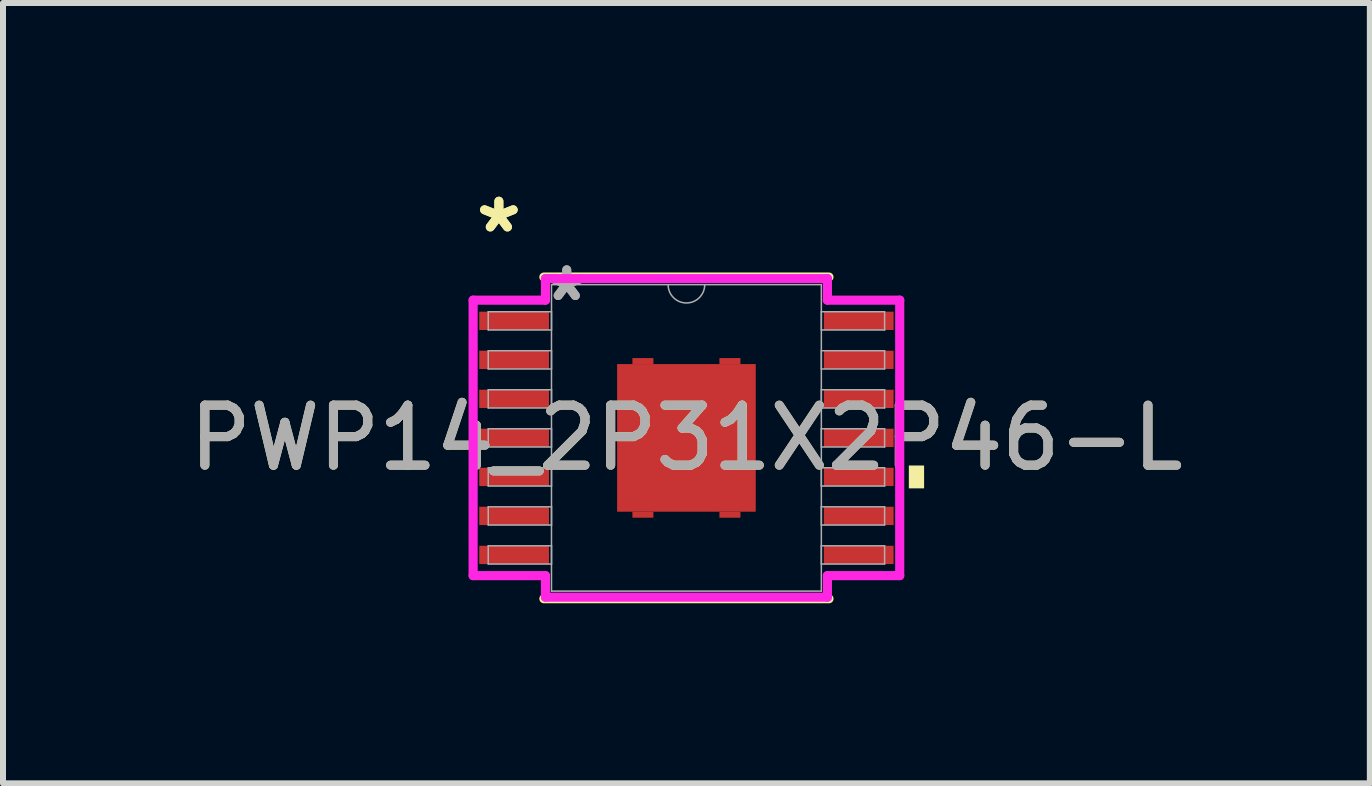
<source format=kicad_pcb>
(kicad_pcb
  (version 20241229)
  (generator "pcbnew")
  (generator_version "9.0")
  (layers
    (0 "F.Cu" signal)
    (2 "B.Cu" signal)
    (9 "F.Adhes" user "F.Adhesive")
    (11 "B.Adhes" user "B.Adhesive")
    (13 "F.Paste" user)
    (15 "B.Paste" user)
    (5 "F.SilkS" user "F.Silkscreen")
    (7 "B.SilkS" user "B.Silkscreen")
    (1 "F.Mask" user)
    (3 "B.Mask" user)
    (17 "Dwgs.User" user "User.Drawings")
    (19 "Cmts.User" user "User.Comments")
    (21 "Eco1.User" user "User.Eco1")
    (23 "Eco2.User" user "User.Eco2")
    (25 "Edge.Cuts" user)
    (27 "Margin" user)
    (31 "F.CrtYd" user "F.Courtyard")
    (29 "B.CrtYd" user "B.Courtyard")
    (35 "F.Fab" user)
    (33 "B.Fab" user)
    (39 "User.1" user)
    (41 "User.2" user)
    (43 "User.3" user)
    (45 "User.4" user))
  (footprint "PWP14_2P31X2P46-L"
    (layer "F.Cu")
    (at 8.387 4.246)
    (property "Reference" "PWP14_2P31X2P46-L" (at 0 0 0) (unlocked yes) (layer "F.SilkS") (effects (font (size 1 1) (thickness 0.15))))
    (attr smd)
    (fp_poly (pts (xy -0.55 -1.23) (xy -0.55 -1.33) (xy -0.9 -1.33) (xy -0.9 -1.23)) (stroke (width 0) (type solid)) (fill yes) (layer "F.Cu"))
    (fp_poly (pts (xy -0.55 1.23) (xy -0.55 1.33) (xy -0.9 1.33) (xy -0.9 1.23)) (stroke (width 0) (type solid)) (fill yes) (layer "F.Cu"))
    (fp_poly (pts (xy 0.55 -1.23) (xy 0.55 -1.33) (xy 0.9 -1.33) (xy 0.9 -1.23)) (stroke (width 0) (type solid)) (fill yes) (layer "F.Cu"))
    (fp_poly (pts (xy 0.55 1.23) (xy 0.55 1.33) (xy 0.9 1.33) (xy 0.9 1.23)) (stroke (width 0) (type solid)) (fill yes) (layer "F.Cu"))
    (fp_poly (pts (xy -0.55 -1.23) (xy -0.55 -1.33) (xy -0.9 -1.33) (xy -0.9 -1.23)) (stroke (width 0) (type solid)) (fill yes) (layer "F.Mask"))
    (fp_poly (pts (xy -0.55 1.23) (xy -0.55 1.33) (xy -0.9 1.33) (xy -0.9 1.23)) (stroke (width 0) (type solid)) (fill yes) (layer "F.Mask"))
    (fp_poly (pts (xy 0.55 -1.23) (xy 0.55 -1.33) (xy 0.9 -1.33) (xy 0.9 -1.23)) (stroke (width 0) (type solid)) (fill yes) (layer "F.Mask"))
    (fp_poly (pts (xy 0.55 1.23) (xy 0.55 1.33) (xy 0.9 1.33) (xy 0.9 1.23)) (stroke (width 0) (type solid)) (fill yes) (layer "F.Mask"))
    (fp_line (start -2.375 2.68) (end 2.375 2.68) (stroke (width 0.152) (type solid)) (layer "F.SilkS"))
    (fp_line (start 2.375 -2.68) (end -2.375 -2.68) (stroke (width 0.152) (type solid)) (layer "F.SilkS"))
    (fp_poly (pts (xy 3.96 0.46) (xy 3.96 0.841) (xy 3.706 0.841) (xy 3.706 0.46)) (stroke (width 0) (type solid)) (fill yes) (layer "F.SilkS"))
    (fp_line (start -3.554 -2.295) (end -2.349 -2.295) (stroke (width 0.152) (type solid)) (layer "F.CrtYd"))
    (fp_line (start -3.554 2.295) (end -3.554 -2.295) (stroke (width 0.152) (type solid)) (layer "F.CrtYd"))
    (fp_line (start -3.554 2.295) (end -2.349 2.295) (stroke (width 0.152) (type solid)) (layer "F.CrtYd"))
    (fp_line (start -2.349 -2.654) (end 2.349 -2.654) (stroke (width 0.152) (type solid)) (layer "F.CrtYd"))
    (fp_line (start -2.349 -2.295) (end -2.349 -2.654) (stroke (width 0.152) (type solid)) (layer "F.CrtYd"))
    (fp_line (start -2.349 2.654) (end -2.349 2.295) (stroke (width 0.152) (type solid)) (layer "F.CrtYd"))
    (fp_line (start 2.349 -2.654) (end 2.349 -2.295) (stroke (width 0.152) (type solid)) (layer "F.CrtYd"))
    (fp_line (start 2.349 2.295) (end 2.349 2.654) (stroke (width 0.152) (type solid)) (layer "F.CrtYd"))
    (fp_line (start 2.349 2.654) (end -2.349 2.654) (stroke (width 0.152) (type solid)) (layer "F.CrtYd"))
    (fp_line (start 3.554 -2.295) (end 2.349 -2.295) (stroke (width 0.152) (type solid)) (layer "F.CrtYd"))
    (fp_line (start 3.554 -2.295) (end 3.554 2.295) (stroke (width 0.152) (type solid)) (layer "F.CrtYd"))
    (fp_line (start 3.554 2.295) (end 2.349 2.295) (stroke (width 0.152) (type solid)) (layer "F.CrtYd"))
    (fp_line (start -3.302 -2.102) (end -3.302 -1.798) (stroke (width 0.025) (type solid)) (layer "F.Fab"))
    (fp_line (start -3.302 -1.798) (end -2.248 -1.798) (stroke (width 0.025) (type solid)) (layer "F.Fab"))
    (fp_line (start -3.302 -1.452) (end -3.302 -1.148) (stroke (width 0.025) (type solid)) (layer "F.Fab"))
    (fp_line (start -3.302 -1.148) (end -2.248 -1.148) (stroke (width 0.025) (type solid)) (layer "F.Fab"))
    (fp_line (start -3.302 -0.802) (end -3.302 -0.498) (stroke (width 0.025) (type solid)) (layer "F.Fab"))
    (fp_line (start -3.302 -0.498) (end -2.248 -0.498) (stroke (width 0.025) (type solid)) (layer "F.Fab"))
    (fp_line (start -3.302 -0.152) (end -3.302 0.152) (stroke (width 0.025) (type solid)) (layer "F.Fab"))
    (fp_line (start -3.302 0.152) (end -2.248 0.152) (stroke (width 0.025) (type solid)) (layer "F.Fab"))
    (fp_line (start -3.302 0.498) (end -3.302 0.802) (stroke (width 0.025) (type solid)) (layer "F.Fab"))
    (fp_line (start -3.302 0.802) (end -2.248 0.802) (stroke (width 0.025) (type solid)) (layer "F.Fab"))
    (fp_line (start -3.302 1.148) (end -3.302 1.452) (stroke (width 0.025) (type solid)) (layer "F.Fab"))
    (fp_line (start -3.302 1.452) (end -2.248 1.452) (stroke (width 0.025) (type solid)) (layer "F.Fab"))
    (fp_line (start -3.302 1.798) (end -3.302 2.102) (stroke (width 0.025) (type solid)) (layer "F.Fab"))
    (fp_line (start -3.302 2.102) (end -2.248 2.102) (stroke (width 0.025) (type solid)) (layer "F.Fab"))
    (fp_line (start -2.248 -2.553) (end -2.248 2.553) (stroke (width 0.025) (type solid)) (layer "F.Fab"))
    (fp_line (start -2.248 -2.102) (end -3.302 -2.102) (stroke (width 0.025) (type solid)) (layer "F.Fab"))
    (fp_line (start -2.248 -1.798) (end -2.248 -2.102) (stroke (width 0.025) (type solid)) (layer "F.Fab"))
    (fp_line (start -2.248 -1.452) (end -3.302 -1.452) (stroke (width 0.025) (type solid)) (layer "F.Fab"))
    (fp_line (start -2.248 -1.148) (end -2.248 -1.452) (stroke (width 0.025) (type solid)) (layer "F.Fab"))
    (fp_line (start -2.248 -0.802) (end -3.302 -0.802) (stroke (width 0.025) (type solid)) (layer "F.Fab"))
    (fp_line (start -2.248 -0.498) (end -2.248 -0.802) (stroke (width 0.025) (type solid)) (layer "F.Fab"))
    (fp_line (start -2.248 -0.152) (end -3.302 -0.152) (stroke (width 0.025) (type solid)) (layer "F.Fab"))
    (fp_line (start -2.248 0.152) (end -2.248 -0.152) (stroke (width 0.025) (type solid)) (layer "F.Fab"))
    (fp_line (start -2.248 0.498) (end -3.302 0.498) (stroke (width 0.025) (type solid)) (layer "F.Fab"))
    (fp_line (start -2.248 0.802) (end -2.248 0.498) (stroke (width 0.025) (type solid)) (layer "F.Fab"))
    (fp_line (start -2.248 1.148) (end -3.302 1.148) (stroke (width 0.025) (type solid)) (layer "F.Fab"))
    (fp_line (start -2.248 1.452) (end -2.248 1.148) (stroke (width 0.025) (type solid)) (layer "F.Fab"))
    (fp_line (start -2.248 1.798) (end -3.302 1.798) (stroke (width 0.025) (type solid)) (layer "F.Fab"))
    (fp_line (start -2.248 2.102) (end -2.248 1.798) (stroke (width 0.025) (type solid)) (layer "F.Fab"))
    (fp_line (start -2.248 2.553) (end 2.248 2.553) (stroke (width 0.025) (type solid)) (layer "F.Fab"))
    (fp_line (start 2.248 -2.553) (end -2.248 -2.553) (stroke (width 0.025) (type solid)) (layer "F.Fab"))
    (fp_line (start 2.248 -2.102) (end 2.248 -1.798) (stroke (width 0.025) (type solid)) (layer "F.Fab"))
    (fp_line (start 2.248 -1.798) (end 3.302 -1.798) (stroke (width 0.025) (type solid)) (layer "F.Fab"))
    (fp_line (start 2.248 -1.452) (end 2.248 -1.148) (stroke (width 0.025) (type solid)) (layer "F.Fab"))
    (fp_line (start 2.248 -1.148) (end 3.302 -1.148) (stroke (width 0.025) (type solid)) (layer "F.Fab"))
    (fp_line (start 2.248 -0.802) (end 2.248 -0.498) (stroke (width 0.025) (type solid)) (layer "F.Fab"))
    (fp_line (start 2.248 -0.498) (end 3.302 -0.498) (stroke (width 0.025) (type solid)) (layer "F.Fab"))
    (fp_line (start 2.248 -0.152) (end 2.248 0.152) (stroke (width 0.025) (type solid)) (layer "F.Fab"))
    (fp_line (start 2.248 0.152) (end 3.302 0.152) (stroke (width 0.025) (type solid)) (layer "F.Fab"))
    (fp_line (start 2.248 0.498) (end 2.248 0.802) (stroke (width 0.025) (type solid)) (layer "F.Fab"))
    (fp_line (start 2.248 0.802) (end 3.302 0.802) (stroke (width 0.025) (type solid)) (layer "F.Fab"))
    (fp_line (start 2.248 1.148) (end 2.248 1.452) (stroke (width 0.025) (type solid)) (layer "F.Fab"))
    (fp_line (start 2.248 1.452) (end 3.302 1.452) (stroke (width 0.025) (type solid)) (layer "F.Fab"))
    (fp_line (start 2.248 1.798) (end 2.248 2.102) (stroke (width 0.025) (type solid)) (layer "F.Fab"))
    (fp_line (start 2.248 2.102) (end 3.302 2.102) (stroke (width 0.025) (type solid)) (layer "F.Fab"))
    (fp_line (start 2.248 2.553) (end 2.248 -2.553) (stroke (width 0.025) (type solid)) (layer "F.Fab"))
    (fp_line (start 3.302 -2.102) (end 2.248 -2.102) (stroke (width 0.025) (type solid)) (layer "F.Fab"))
    (fp_line (start 3.302 -1.798) (end 3.302 -2.102) (stroke (width 0.025) (type solid)) (layer "F.Fab"))
    (fp_line (start 3.302 -1.452) (end 2.248 -1.452) (stroke (width 0.025) (type solid)) (layer "F.Fab"))
    (fp_line (start 3.302 -1.148) (end 3.302 -1.452) (stroke (width 0.025) (type solid)) (layer "F.Fab"))
    (fp_line (start 3.302 -0.802) (end 2.248 -0.802) (stroke (width 0.025) (type solid)) (layer "F.Fab"))
    (fp_line (start 3.302 -0.498) (end 3.302 -0.802) (stroke (width 0.025) (type solid)) (layer "F.Fab"))
    (fp_line (start 3.302 -0.152) (end 2.248 -0.152) (stroke (width 0.025) (type solid)) (layer "F.Fab"))
    (fp_line (start 3.302 0.152) (end 3.302 -0.152) (stroke (width 0.025) (type solid)) (layer "F.Fab"))
    (fp_line (start 3.302 0.498) (end 2.248 0.498) (stroke (width 0.025) (type solid)) (layer "F.Fab"))
    (fp_line (start 3.302 0.802) (end 3.302 0.498) (stroke (width 0.025) (type solid)) (layer "F.Fab"))
    (fp_line (start 3.302 1.148) (end 2.248 1.148) (stroke (width 0.025) (type solid)) (layer "F.Fab"))
    (fp_line (start 3.302 1.452) (end 3.302 1.148) (stroke (width 0.025) (type solid)) (layer "F.Fab"))
    (fp_line (start 3.302 1.798) (end 2.248 1.798) (stroke (width 0.025) (type solid)) (layer "F.Fab"))
    (fp_line (start 3.302 2.102) (end 3.302 1.798) (stroke (width 0.025) (type solid)) (layer "F.Fab"))
    (fp_arc (start 0.3048 -2.5527) (mid 0 -2.2479) (end -0.3048 -2.5527) (stroke (width 0.0254) (type solid)) (layer "F.Fab"))
    (fp_text user "*" (at -3.125 -3.398 0) (unlocked yes) (layer "F.SilkS") (effects (font (size 1 1) (thickness 0.15))))
    (fp_text user "*" (at -3.125 -3.398 0) (layer "F.SilkS") (effects (font (size 1 1) (thickness 0.15))))
    (fp_text user "*" (at -1.994 -2.255 0) (unlocked yes) (layer "F.Fab") (effects (font (size 1 1) (thickness 0.15))))
    (fp_text user "${REFERENCE}" (at 0 0 0) (unlocked yes) (layer "F.Fab") (effects (font (size 1 1) (thickness 0.15))))
    (fp_text user "*" (at -1.994 -2.255 0) (layer "F.Fab") (effects (font (size 1 1) (thickness 0.15))))
    (pad "1" smd rect (at -2.871 -1.95) (size 1.162 0.305) (layers "F.Cu" "F.Mask" "F.Paste"))
    (pad "2" smd rect (at -2.871 -1.3) (size 1.162 0.305) (layers "F.Cu" "F.Mask" "F.Paste"))
    (pad "3" smd rect (at -2.871 -0.65) (size 1.162 0.305) (layers "F.Cu" "F.Mask" "F.Paste"))
    (pad "4" smd rect (at -2.871 0) (size 1.162 0.305) (layers "F.Cu" "F.Mask" "F.Paste"))
    (pad "5" smd rect (at -2.871 0.65) (size 1.162 0.305) (layers "F.Cu" "F.Mask" "F.Paste"))
    (pad "6" smd rect (at -2.871 1.3) (size 1.162 0.305) (layers "F.Cu" "F.Mask" "F.Paste"))
    (pad "7" smd rect (at -2.871 1.95) (size 1.162 0.305) (layers "F.Cu" "F.Mask" "F.Paste"))
    (pad "8" smd rect (at 2.871 1.95) (size 1.162 0.305) (layers "F.Cu" "F.Mask" "F.Paste"))
    (pad "9" smd rect (at 2.871 1.3) (size 1.162 0.305) (layers "F.Cu" "F.Mask" "F.Paste"))
    (pad "10" smd rect (at 2.871 0.65) (size 1.162 0.305) (layers "F.Cu" "F.Mask" "F.Paste"))
    (pad "11" smd rect (at 2.871 0) (size 1.162 0.305) (layers "F.Cu" "F.Mask" "F.Paste"))
    (pad "12" smd rect (at 2.871 -0.65) (size 1.162 0.305) (layers "F.Cu" "F.Mask" "F.Paste"))
    (pad "13" smd rect (at 2.871 -1.3) (size 1.162 0.305) (layers "F.Cu" "F.Mask" "F.Paste"))
    (pad "14" smd rect (at 2.871 -1.95) (size 1.162 0.305) (layers "F.Cu" "F.Mask" "F.Paste"))
    (pad "15" smd rect (at 0 0) (size 2.31 2.46) (layers "F.Cu" "F.Mask" "F.Paste")))
  (gr_rect
    (start -3 -3)
    (end 19.774 10.002)
    (stroke (width 0.1) (type default))
    (fill no)
    (layer "Edge.Cuts")))
</source>
